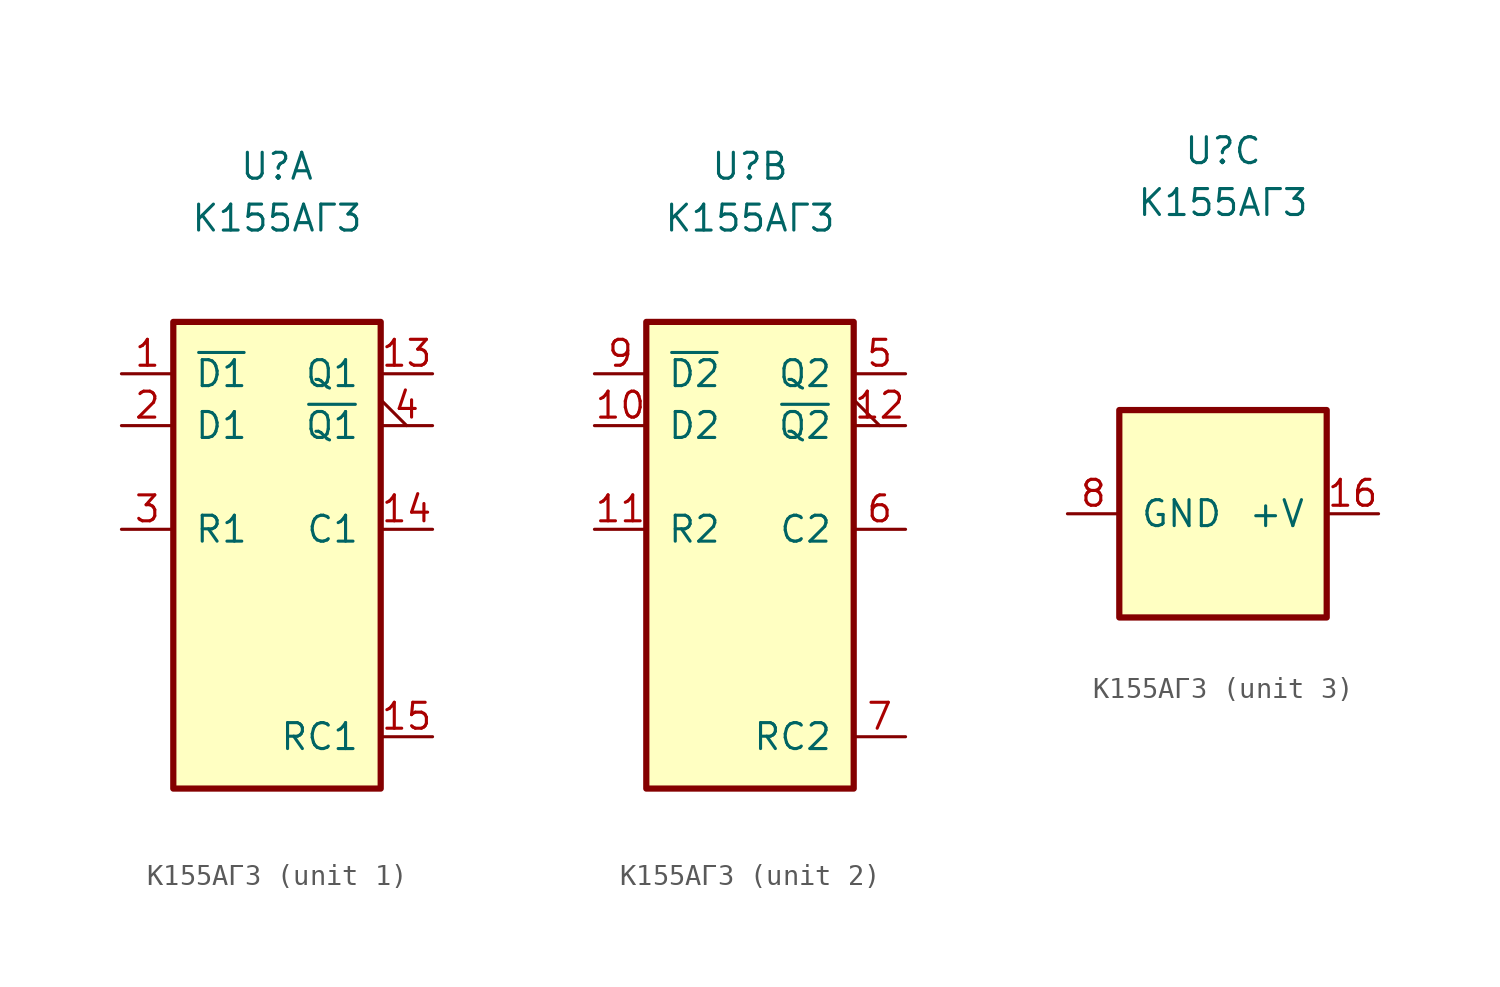
<source format=kicad_sym>
(kicad_symbol_lib
  (version 20220914)
  (generator kicad_symbol_editor)
  (symbol "К155АГ3"
    (pin_names
      (offset 1.016))
    (property "Reference" "U"
      (at 0 17.78 0)
      (effects (font (size 1.27 1.27))))
    (property "Value" "К155АГ3"
      (at 0 15.24 0)
      (effects (font (size 1.27 1.27))))
    (property "ki_locked" ""
      (at 0 0 0)
      (effects (font (size 1.27 1.27))))
    (symbol "К155АГ3_1_1"
      (rectangle (start -5.08 10.16) (end 5.08 -12.7) (stroke (width 0.305) (type default)) (fill (type background)))
      (pin input line (at -7.62 7.62 0) (length 2.54) (name "~{D1}" (effects (font (size 1.27 1.27)))) (number "1" (effects (font (size 1.27 1.27)))))
      (pin output line (at 7.62 7.62 180) (length 2.54) (name "Q1" (effects (font (size 1.27 1.27)))) (number "13" (effects (font (size 1.27 1.27)))))
      (pin input line (at 7.62 0 180) (length 2.54) (name "C1" (effects (font (size 1.27 1.27)))) (number "14" (effects (font (size 1.27 1.27)))))
      (pin input line (at 7.62 -10.16 180) (length 2.54) (name "RC1" (effects (font (size 1.27 1.27)))) (number "15" (effects (font (size 1.27 1.27)))))
      (pin input line (at -7.62 5.08 0) (length 2.54) (name "D1" (effects (font (size 1.27 1.27)))) (number "2" (effects (font (size 1.27 1.27)))))
      (pin input line (at -7.62 0 0) (length 2.54) (name "R1" (effects (font (size 1.27 1.27)))) (number "3" (effects (font (size 1.27 1.27)))))
      (pin output output_low (at 7.62 5.08 180) (length 2.54) (name "~{Q1}" (effects (font (size 1.27 1.27)))) (number "4" (effects (font (size 1.27 1.27))))))
    (symbol "К155АГ3_2_1"
      (rectangle (start -5.08 10.16) (end 5.08 -12.7) (stroke (width 0.305) (type default)) (fill (type background)))
      (pin input line (at -7.62 5.08 0) (length 2.54) (name "D2" (effects (font (size 1.27 1.27)))) (number "10" (effects (font (size 1.27 1.27)))))
      (pin input line (at -7.62 0 0) (length 2.54) (name "R2" (effects (font (size 1.27 1.27)))) (number "11" (effects (font (size 1.27 1.27)))))
      (pin output output_low (at 7.62 5.08 180) (length 2.54) (name "~{Q2}" (effects (font (size 1.27 1.27)))) (number "12" (effects (font (size 1.27 1.27)))))
      (pin output line (at 7.62 7.62 180) (length 2.54) (name "Q2" (effects (font (size 1.27 1.27)))) (number "5" (effects (font (size 1.27 1.27)))))
      (pin input line (at 7.62 0 180) (length 2.54) (name "C2" (effects (font (size 1.27 1.27)))) (number "6" (effects (font (size 1.27 1.27)))))
      (pin input line (at 7.62 -10.16 180) (length 2.54) (name "RC2" (effects (font (size 1.27 1.27)))) (number "7" (effects (font (size 1.27 1.27)))))
      (pin input line (at -7.62 7.62 0) (length 2.54) (name "~{D2}" (effects (font (size 1.27 1.27)))) (number "9" (effects (font (size 1.27 1.27))))))
    (symbol "К155АГ3_3_1"
      (rectangle (start -5.08 5.08) (end 5.08 -5.08) (stroke (width 0.305) (type default)) (fill (type background)))
      (pin power_in line (at 7.62 0 180) (length 2.54) (name "+V" (effects (font (size 1.27 1.27)))) (number "16" (effects (font (size 1.27 1.27)))))
      (pin power_in line (at -7.62 0 0) (length 2.54) (name "GND" (effects (font (size 1.27 1.27)))) (number "8" (effects (font (size 1.27 1.27))))))))
</source>
